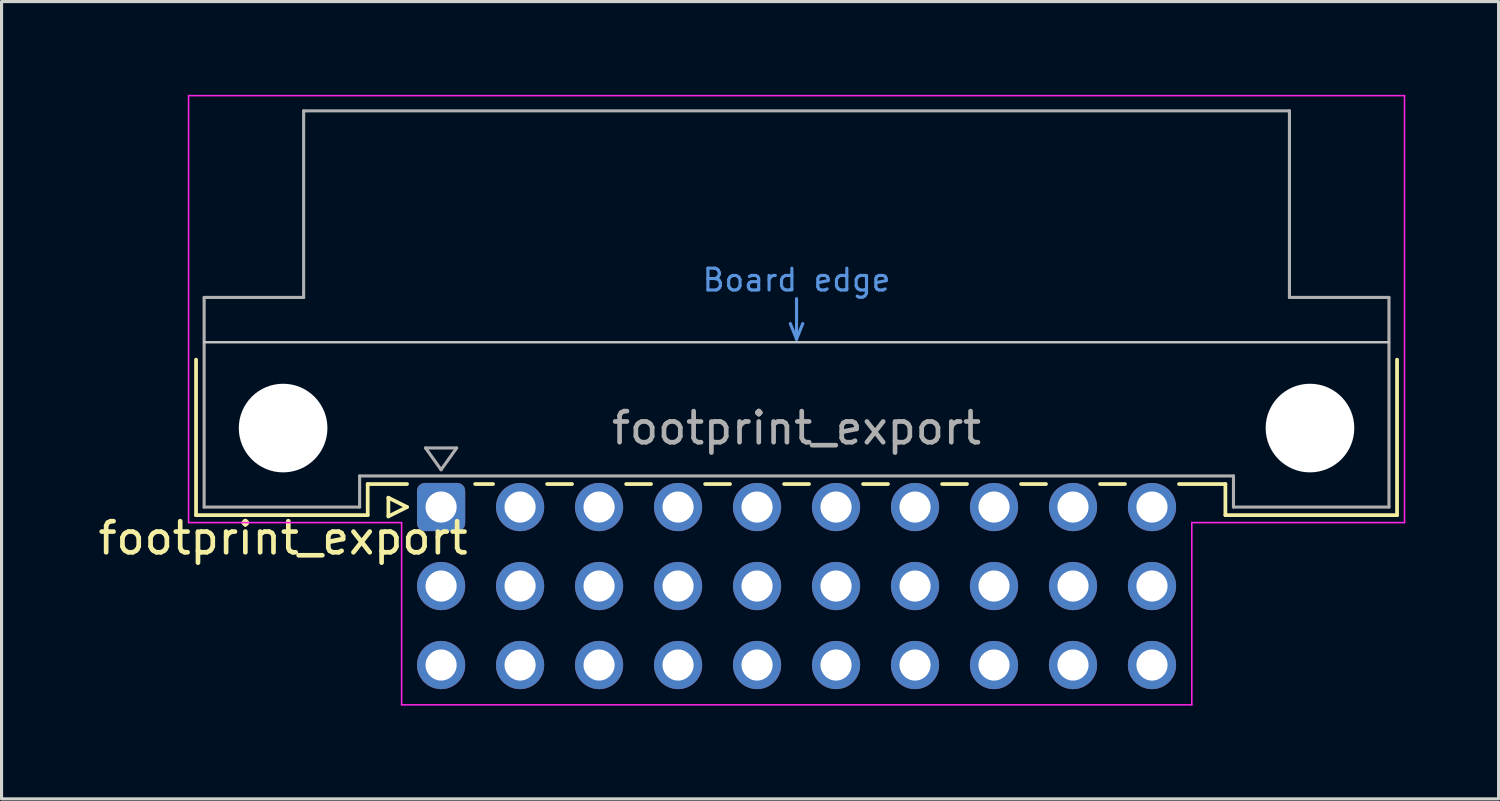
<source format=kicad_pcb>
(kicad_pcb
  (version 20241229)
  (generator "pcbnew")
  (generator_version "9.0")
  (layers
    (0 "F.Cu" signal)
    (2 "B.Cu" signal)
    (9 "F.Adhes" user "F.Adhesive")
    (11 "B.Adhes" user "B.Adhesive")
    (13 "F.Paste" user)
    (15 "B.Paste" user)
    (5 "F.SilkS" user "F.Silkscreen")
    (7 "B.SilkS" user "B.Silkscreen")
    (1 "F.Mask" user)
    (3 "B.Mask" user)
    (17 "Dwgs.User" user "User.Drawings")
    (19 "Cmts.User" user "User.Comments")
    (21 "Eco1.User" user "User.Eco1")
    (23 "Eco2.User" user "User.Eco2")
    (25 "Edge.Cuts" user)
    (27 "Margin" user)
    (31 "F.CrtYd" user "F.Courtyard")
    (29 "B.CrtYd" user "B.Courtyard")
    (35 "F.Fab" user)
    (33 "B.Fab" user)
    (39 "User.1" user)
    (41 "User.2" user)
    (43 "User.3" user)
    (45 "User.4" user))
  (footprint "footprint_export"
    (layer "F.Cu")
    (at 11.134 13.255)
    (property "Reference" "footprint_export" (at -5.08 1 0) (layer "F.SilkS") (effects (font (size 1 1) (thickness 0.15))))
    (attr through_hole)
    (fp_line (start -7.88 -4.74) (end -7.88 0.26) (stroke (width 0.12) (type solid)) (layer "F.SilkS"))
    (fp_line (start -7.88 0.26) (end -2.36 0.26) (stroke (width 0.12) (type solid)) (layer "F.SilkS"))
    (fp_line (start -2.361 -0.74) (end -1.095 -0.74) (stroke (width 0.12) (type solid)) (layer "F.SilkS"))
    (fp_line (start -2.36 0.26) (end -2.36 -0.74) (stroke (width 0.12) (type solid)) (layer "F.SilkS"))
    (fp_line (start -1.695 -0.3) (end -1.695 0.3) (stroke (width 0.12) (type solid)) (layer "F.SilkS"))
    (fp_line (start -1.695 0.3) (end -1.095 0) (stroke (width 0.12) (type solid)) (layer "F.SilkS"))
    (fp_line (start -1.095 0) (end -1.695 -0.3) (stroke (width 0.12) (type solid)) (layer "F.SilkS"))
    (fp_line (start 1.095 -0.74) (end 1.671 -0.74) (stroke (width 0.12) (type solid)) (layer "F.SilkS"))
    (fp_line (start 3.41 -0.74) (end 4.211 -0.74) (stroke (width 0.12) (type solid)) (layer "F.SilkS"))
    (fp_line (start 5.95 -0.74) (end 6.751 -0.74) (stroke (width 0.12) (type solid)) (layer "F.SilkS"))
    (fp_line (start 8.49 -0.74) (end 9.291 -0.74) (stroke (width 0.12) (type solid)) (layer "F.SilkS"))
    (fp_line (start 11.03 -0.74) (end 11.831 -0.74) (stroke (width 0.12) (type solid)) (layer "F.SilkS"))
    (fp_line (start 13.57 -0.74) (end 14.371 -0.74) (stroke (width 0.12) (type solid)) (layer "F.SilkS"))
    (fp_line (start 16.11 -0.74) (end 16.911 -0.74) (stroke (width 0.12) (type solid)) (layer "F.SilkS"))
    (fp_line (start 18.65 -0.74) (end 19.451 -0.74) (stroke (width 0.12) (type solid)) (layer "F.SilkS"))
    (fp_line (start 21.19 -0.74) (end 21.991 -0.74) (stroke (width 0.12) (type solid)) (layer "F.SilkS"))
    (fp_line (start 23.73 -0.74) (end 25.22 -0.74) (stroke (width 0.12) (type solid)) (layer "F.SilkS"))
    (fp_line (start 25.22 0.26) (end 25.22 -0.74) (stroke (width 0.12) (type solid)) (layer "F.SilkS"))
    (fp_line (start 30.74 -4.74) (end 30.74 0.26) (stroke (width 0.12) (type solid)) (layer "F.SilkS"))
    (fp_line (start 30.74 0.26) (end 25.22 0.26) (stroke (width 0.12) (type solid)) (layer "F.SilkS"))
    (fp_line (start -7.62 -5.3) (end 30.48 -5.3) (stroke (width 0.08) (type solid)) (layer "Dwgs.User"))
    (fp_line (start 11.23 -5.9) (end 11.43 -5.4) (stroke (width 0.1) (type solid)) (layer "Cmts.User"))
    (fp_line (start 11.43 -5.4) (end 11.43 -6.7) (stroke (width 0.1) (type solid)) (layer "Cmts.User"))
    (fp_line (start 11.43 -5.4) (end 11.63 -5.9) (stroke (width 0.1) (type solid)) (layer "Cmts.User"))
    (fp_line (start -8.12 -13.23) (end -8.12 0.5) (stroke (width 0.05) (type solid)) (layer "F.CrtYd"))
    (fp_line (start -8.12 0.5) (end -1.27 0.5) (stroke (width 0.05) (type solid)) (layer "F.CrtYd"))
    (fp_line (start -1.27 0.5) (end -1.27 6.36) (stroke (width 0.05) (type solid)) (layer "F.CrtYd"))
    (fp_line (start -1.27 6.36) (end 24.14 6.36) (stroke (width 0.05) (type solid)) (layer "F.CrtYd"))
    (fp_line (start 24.14 0.5) (end 30.98 0.5) (stroke (width 0.05) (type solid)) (layer "F.CrtYd"))
    (fp_line (start 24.14 6.36) (end 24.14 0.5) (stroke (width 0.05) (type solid)) (layer "F.CrtYd"))
    (fp_line (start 30.98 -13.23) (end -8.12 -13.23) (stroke (width 0.05) (type solid)) (layer "F.CrtYd"))
    (fp_line (start 30.98 0.5) (end 30.98 -13.23) (stroke (width 0.05) (type solid)) (layer "F.CrtYd"))
    (fp_line (start -7.62 -6.74) (end -7.62 0) (stroke (width 0.1) (type solid)) (layer "F.Fab"))
    (fp_line (start -7.62 0) (end -2.62 0) (stroke (width 0.1) (type solid)) (layer "F.Fab"))
    (fp_line (start -4.42 -12.74) (end -4.42 -6.74) (stroke (width 0.1) (type solid)) (layer "F.Fab"))
    (fp_line (start -4.42 -6.74) (end -7.62 -6.74) (stroke (width 0.1) (type solid)) (layer "F.Fab"))
    (fp_line (start -2.62 -1) (end 25.48 -1) (stroke (width 0.1) (type solid)) (layer "F.Fab"))
    (fp_line (start -2.62 0) (end -2.62 -1) (stroke (width 0.1) (type solid)) (layer "F.Fab"))
    (fp_line (start -0.5 -1.9) (end 0.5 -1.9) (stroke (width 0.1) (type solid)) (layer "F.Fab"))
    (fp_line (start 0 -1.2) (end -0.5 -1.9) (stroke (width 0.1) (type solid)) (layer "F.Fab"))
    (fp_line (start 0.5 -1.9) (end 0 -1.2) (stroke (width 0.1) (type solid)) (layer "F.Fab"))
    (fp_line (start 25.48 -1) (end 25.48 0) (stroke (width 0.1) (type solid)) (layer "F.Fab"))
    (fp_line (start 25.48 0) (end 30.48 0) (stroke (width 0.1) (type solid)) (layer "F.Fab"))
    (fp_line (start 27.28 -12.74) (end -4.42 -12.74) (stroke (width 0.1) (type solid)) (layer "F.Fab"))
    (fp_line (start 27.28 -6.74) (end 27.28 -12.74) (stroke (width 0.1) (type solid)) (layer "F.Fab"))
    (fp_line (start 30.48 -6.74) (end 27.28 -6.74) (stroke (width 0.1) (type solid)) (layer "F.Fab"))
    (fp_line (start 30.48 0) (end 30.48 -6.74) (stroke (width 0.1) (type solid)) (layer "F.Fab"))
    (fp_text user "Board edge" (at 11.43 -7.3 0) (layer "Cmts.User") (effects (font (size 0.7 0.7) (thickness 0.1))))
    (fp_text user "${REFERENCE}" (at 11.43 -2.54 0) (layer "F.Fab") (effects (font (size 1 1) (thickness 0.15))))
    (pad "" np_thru_hole circle (at -5.08 -2.54) (size 2.85 2.85) (drill 2.85) (layers "*.Cu" "*.Mask"))
    (pad "" np_thru_hole circle (at 27.94 -2.54) (size 2.85 2.85) (drill 2.85) (layers "*.Cu" "*.Mask"))
    (pad "a1" thru_hole roundrect (at 0 0) (size 1.55 1.55) (drill 1) (layers "*.Cu" "*.Mask") (roundrect_rratio 0.161))
    (pad "a2" thru_hole circle (at 2.54 0) (size 1.55 1.55) (drill 1) (layers "*.Cu" "*.Mask"))
    (pad "a3" thru_hole circle (at 5.08 0) (size 1.55 1.55) (drill 1) (layers "*.Cu" "*.Mask"))
    (pad "a4" thru_hole circle (at 7.62 0) (size 1.55 1.55) (drill 1) (layers "*.Cu" "*.Mask"))
    (pad "a5" thru_hole circle (at 10.16 0) (size 1.55 1.55) (drill 1) (layers "*.Cu" "*.Mask"))
    (pad "a6" thru_hole circle (at 12.7 0) (size 1.55 1.55) (drill 1) (layers "*.Cu" "*.Mask"))
    (pad "a7" thru_hole circle (at 15.24 0) (size 1.55 1.55) (drill 1) (layers "*.Cu" "*.Mask"))
    (pad "a8" thru_hole circle (at 17.78 0) (size 1.55 1.55) (drill 1) (layers "*.Cu" "*.Mask"))
    (pad "a9" thru_hole circle (at 20.32 0) (size 1.55 1.55) (drill 1) (layers "*.Cu" "*.Mask"))
    (pad "a10" thru_hole circle (at 22.86 0) (size 1.55 1.55) (drill 1) (layers "*.Cu" "*.Mask"))
    (pad "b1" thru_hole circle (at 0 2.54) (size 1.55 1.55) (drill 1) (layers "*.Cu" "*.Mask"))
    (pad "b2" thru_hole circle (at 2.54 2.54) (size 1.55 1.55) (drill 1) (layers "*.Cu" "*.Mask"))
    (pad "b3" thru_hole circle (at 5.08 2.54) (size 1.55 1.55) (drill 1) (layers "*.Cu" "*.Mask"))
    (pad "b4" thru_hole circle (at 7.62 2.54) (size 1.55 1.55) (drill 1) (layers "*.Cu" "*.Mask"))
    (pad "b5" thru_hole circle (at 10.16 2.54) (size 1.55 1.55) (drill 1) (layers "*.Cu" "*.Mask"))
    (pad "b6" thru_hole circle (at 12.7 2.54) (size 1.55 1.55) (drill 1) (layers "*.Cu" "*.Mask"))
    (pad "b7" thru_hole circle (at 15.24 2.54) (size 1.55 1.55) (drill 1) (layers "*.Cu" "*.Mask"))
    (pad "b8" thru_hole circle (at 17.78 2.54) (size 1.55 1.55) (drill 1) (layers "*.Cu" "*.Mask"))
    (pad "b9" thru_hole circle (at 20.32 2.54) (size 1.55 1.55) (drill 1) (layers "*.Cu" "*.Mask"))
    (pad "b10" thru_hole circle (at 22.86 2.54) (size 1.55 1.55) (drill 1) (layers "*.Cu" "*.Mask"))
    (pad "c1" thru_hole circle (at 0 5.08) (size 1.55 1.55) (drill 1) (layers "*.Cu" "*.Mask"))
    (pad "c2" thru_hole circle (at 2.54 5.08) (size 1.55 1.55) (drill 1) (layers "*.Cu" "*.Mask"))
    (pad "c3" thru_hole circle (at 5.08 5.08) (size 1.55 1.55) (drill 1) (layers "*.Cu" "*.Mask"))
    (pad "c4" thru_hole circle (at 7.62 5.08) (size 1.55 1.55) (drill 1) (layers "*.Cu" "*.Mask"))
    (pad "c5" thru_hole circle (at 10.16 5.08) (size 1.55 1.55) (drill 1) (layers "*.Cu" "*.Mask"))
    (pad "c6" thru_hole circle (at 12.7 5.08) (size 1.55 1.55) (drill 1) (layers "*.Cu" "*.Mask"))
    (pad "c7" thru_hole circle (at 15.24 5.08) (size 1.55 1.55) (drill 1) (layers "*.Cu" "*.Mask"))
    (pad "c8" thru_hole circle (at 17.78 5.08) (size 1.55 1.55) (drill 1) (layers "*.Cu" "*.Mask"))
    (pad "c9" thru_hole circle (at 20.32 5.08) (size 1.55 1.55) (drill 1) (layers "*.Cu" "*.Mask"))
    (pad "c10" thru_hole circle (at 22.86 5.08) (size 1.55 1.55) (drill 1) (layers "*.Cu" "*.Mask")))
  (gr_rect
    (start -3 -3)
    (end 45.139 22.64)
    (stroke (width 0.1) (type default))
    (fill no)
    (layer "Edge.Cuts")))
</source>
